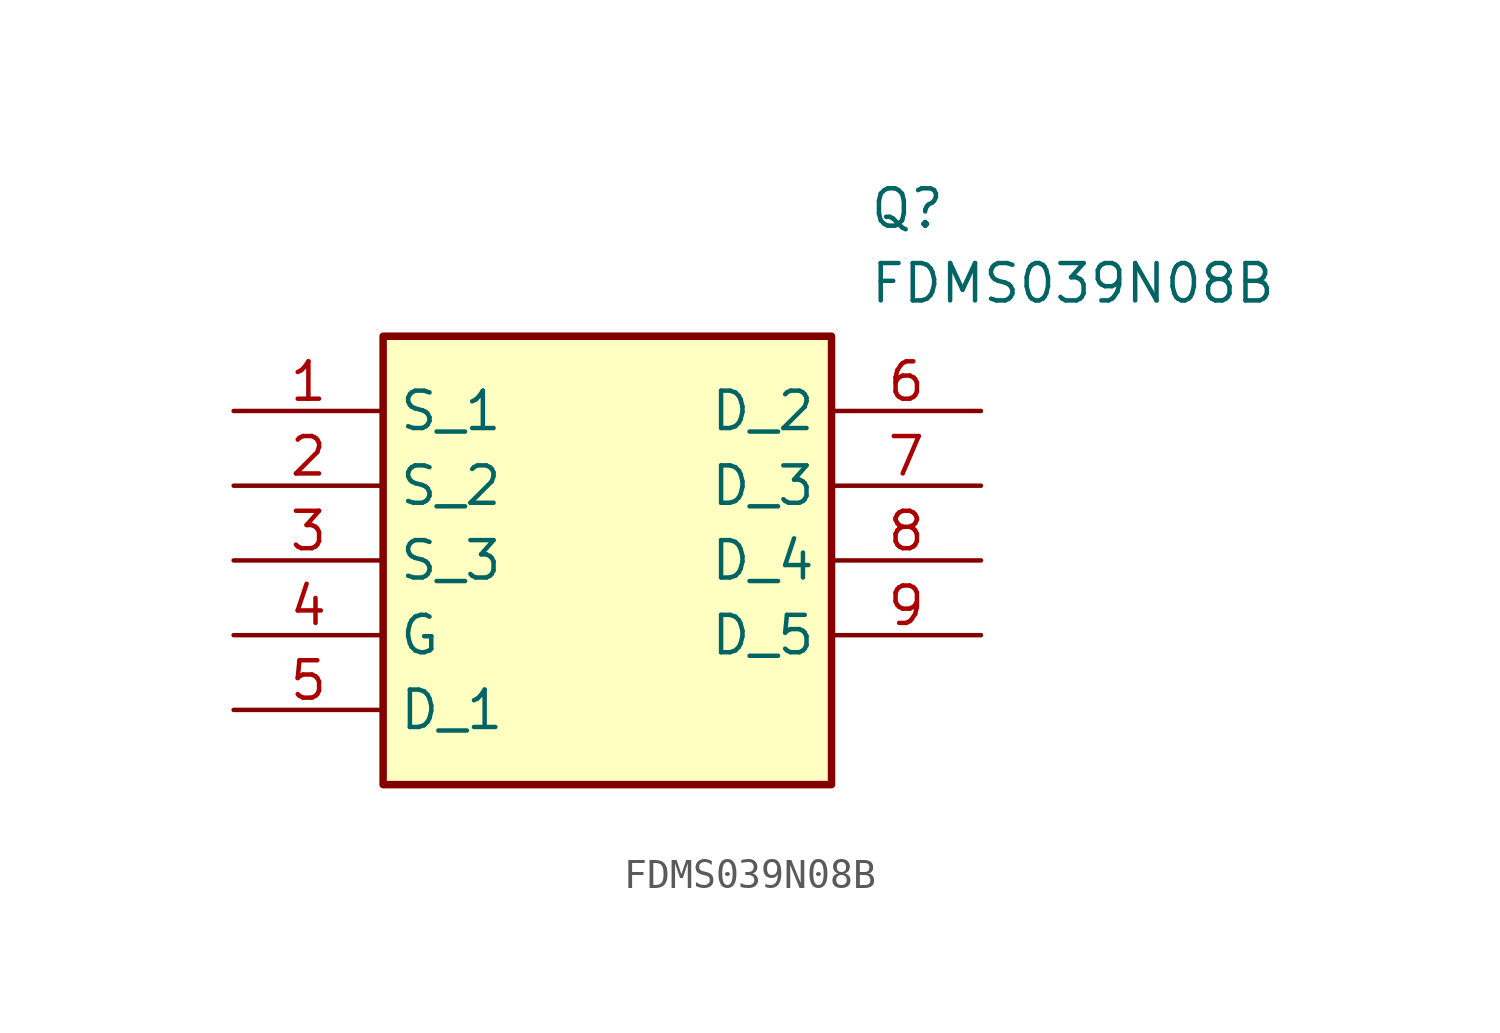
<source format=kicad_sym>
(kicad_symbol_lib
  (version 20211014)
  (generator SamacSys_ECAD_Model)
  (symbol "FDMS039N08B"
    (property "Reference" "Q"
      (at 21.59 7.62 0)
      (effects (font (size 1.27 1.27)) (justify left top)))
    (property "Value" "FDMS039N08B"
      (at 21.59 5.08 0)
      (effects (font (size 1.27 1.27)) (justify left top)))
    (rectangle
      (start 5.08 2.54)
      (end 20.32 -12.7)
      (stroke (width 0.254) (type default))
      (fill (type background)))
    (pin passive line
      (at 0 0 0)
      (length 5.08)
      (name "S_1" (effects (font (size 1.27 1.27))))
      (number "1" (effects (font (size 1.27 1.27)))))
    (pin passive line
      (at 0 -2.54 0)
      (length 5.08)
      (name "S_2" (effects (font (size 1.27 1.27))))
      (number "2" (effects (font (size 1.27 1.27)))))
    (pin passive line
      (at 0 -5.08 0)
      (length 5.08)
      (name "S_3" (effects (font (size 1.27 1.27))))
      (number "3" (effects (font (size 1.27 1.27)))))
    (pin passive line
      (at 0 -7.62 0)
      (length 5.08)
      (name "G" (effects (font (size 1.27 1.27))))
      (number "4" (effects (font (size 1.27 1.27)))))
    (pin passive line
      (at 0 -10.16 0)
      (length 5.08)
      (name "D_1" (effects (font (size 1.27 1.27))))
      (number "5" (effects (font (size 1.27 1.27)))))
    (pin passive line
      (at 25.4 0 180)
      (length 5.08)
      (name "D_2" (effects (font (size 1.27 1.27))))
      (number "6" (effects (font (size 1.27 1.27)))))
    (pin passive line
      (at 25.4 -2.54 180)
      (length 5.08)
      (name "D_3" (effects (font (size 1.27 1.27))))
      (number "7" (effects (font (size 1.27 1.27)))))
    (pin passive line
      (at 25.4 -5.08 180)
      (length 5.08)
      (name "D_4" (effects (font (size 1.27 1.27))))
      (number "8" (effects (font (size 1.27 1.27)))))
    (pin passive line
      (at 25.4 -7.62 180)
      (length 5.08)
      (name "D_5" (effects (font (size 1.27 1.27))))
      (number "9" (effects (font (size 1.27 1.27)))))))
</source>
